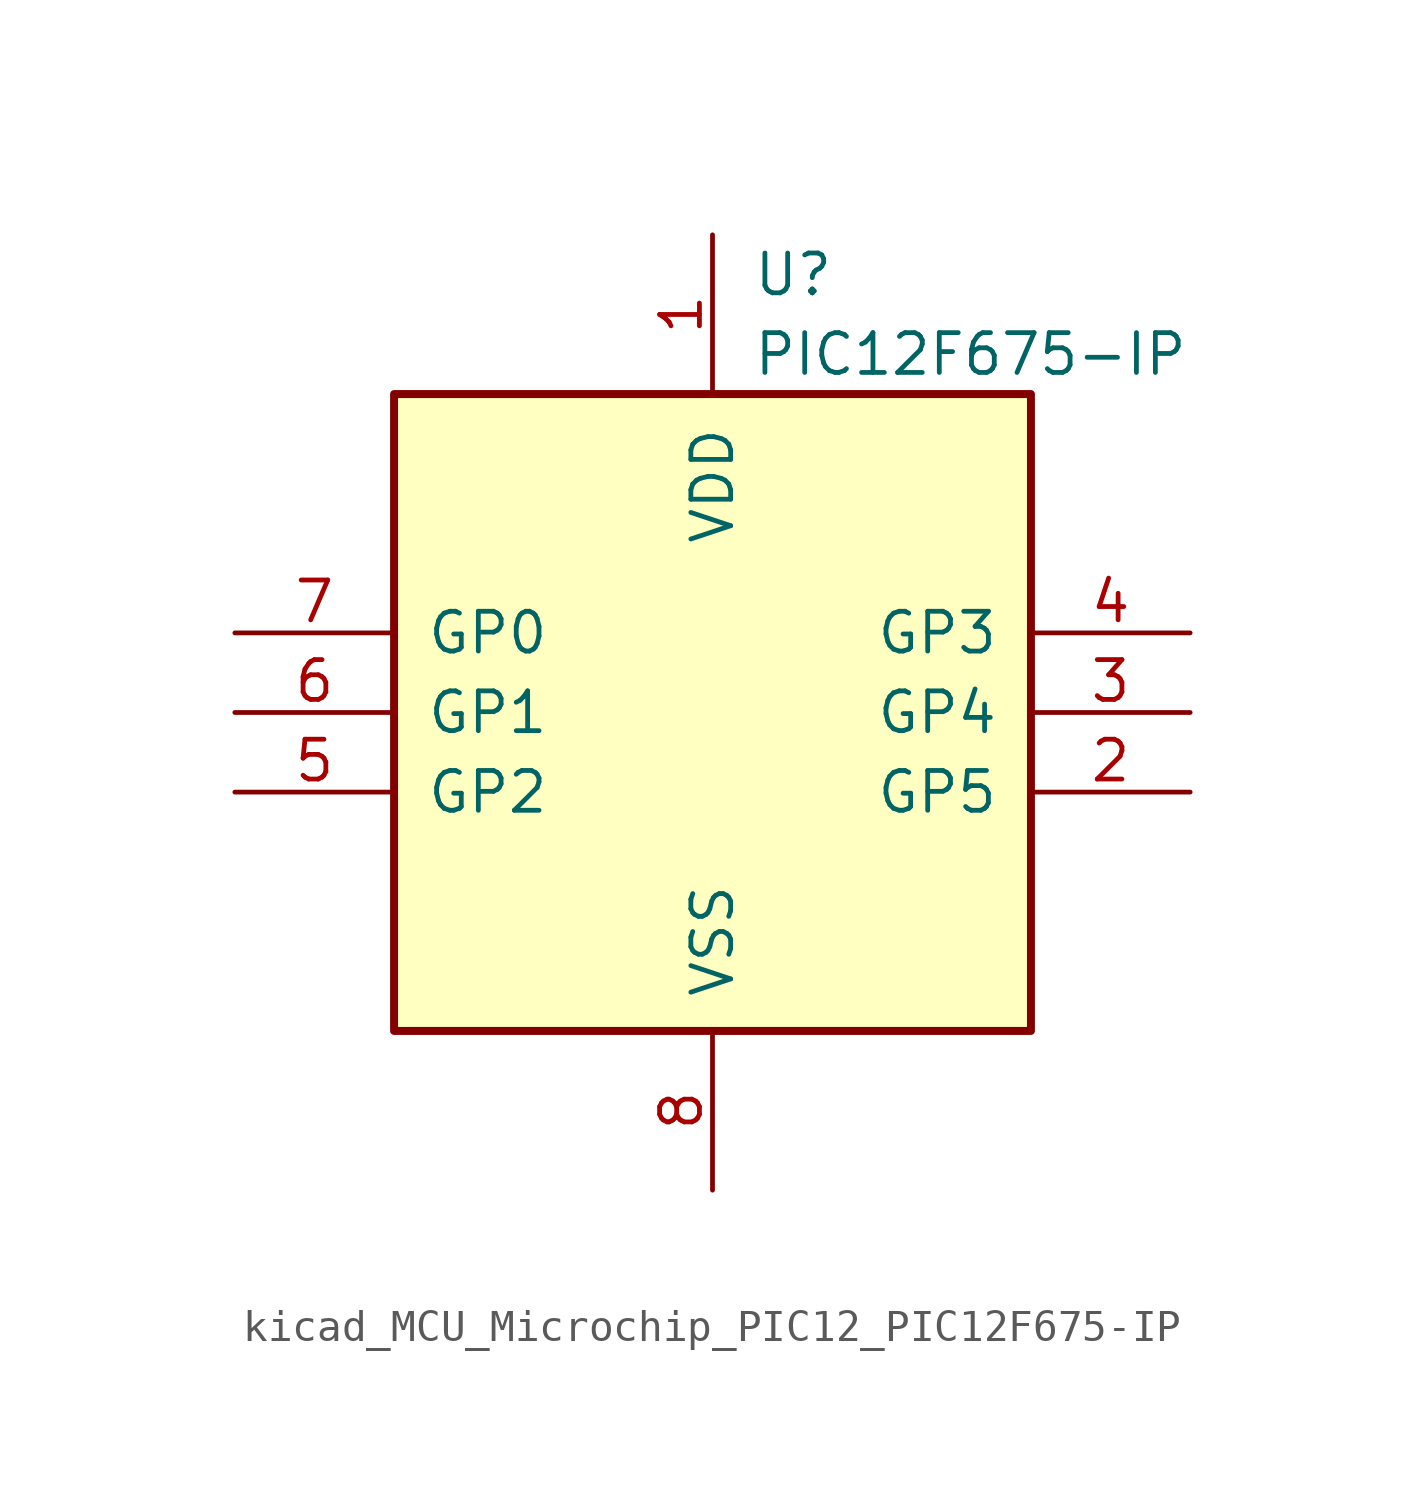
<source format=kicad_sym>
(kicad_symbol_lib
  (version 20220914)
  (generator kicad_symbol_editor)
  (symbol "kicad_MCU_Microchip_PIC12_PIC12F675-IP"
    (pin_names
      (offset 1.016))
    (property "Reference" "U"
      (at 1.27 13.97 0)
      (effects (font (size 1.27 1.27)) (justify left)))
    (property "Value" "PIC12F675-IP"
      (at 1.27 11.43 0)
      (effects (font (size 1.27 1.27)) (justify left)))
    (symbol "kicad_MCU_Microchip_PIC12_PIC12F675-IP_0_1"
      (rectangle (start 10.16 -10.16) (end -10.16 10.16) (stroke (width 0.254) (type default)) (fill (type background))))
    (symbol "kicad_MCU_Microchip_PIC12_PIC12F675-IP_1_1"
      (pin power_in line (at 0 15.24 270) (length 5.08) (name "VDD" (effects (font (size 1.27 1.27)))) (number "1" (effects (font (size 1.27 1.27)))))
      (pin bidirectional line (at 15.24 -2.54 180) (length 5.08) (name "GP5" (effects (font (size 1.27 1.27)))) (number "2" (effects (font (size 1.27 1.27)))))
      (pin bidirectional line (at 15.24 0 180) (length 5.08) (name "GP4" (effects (font (size 1.27 1.27)))) (number "3" (effects (font (size 1.27 1.27)))))
      (pin input line (at 15.24 2.54 180) (length 5.08) (name "GP3" (effects (font (size 1.27 1.27)))) (number "4" (effects (font (size 1.27 1.27)))))
      (pin bidirectional line (at -15.24 -2.54 0) (length 5.08) (name "GP2" (effects (font (size 1.27 1.27)))) (number "5" (effects (font (size 1.27 1.27)))))
      (pin bidirectional line (at -15.24 0 0) (length 5.08) (name "GP1" (effects (font (size 1.27 1.27)))) (number "6" (effects (font (size 1.27 1.27)))))
      (pin bidirectional line (at -15.24 2.54 0) (length 5.08) (name "GP0" (effects (font (size 1.27 1.27)))) (number "7" (effects (font (size 1.27 1.27)))))
      (pin power_in line (at 0 -15.24 90) (length 5.08) (name "VSS" (effects (font (size 1.27 1.27)))) (number "8" (effects (font (size 1.27 1.27))))))))
</source>
